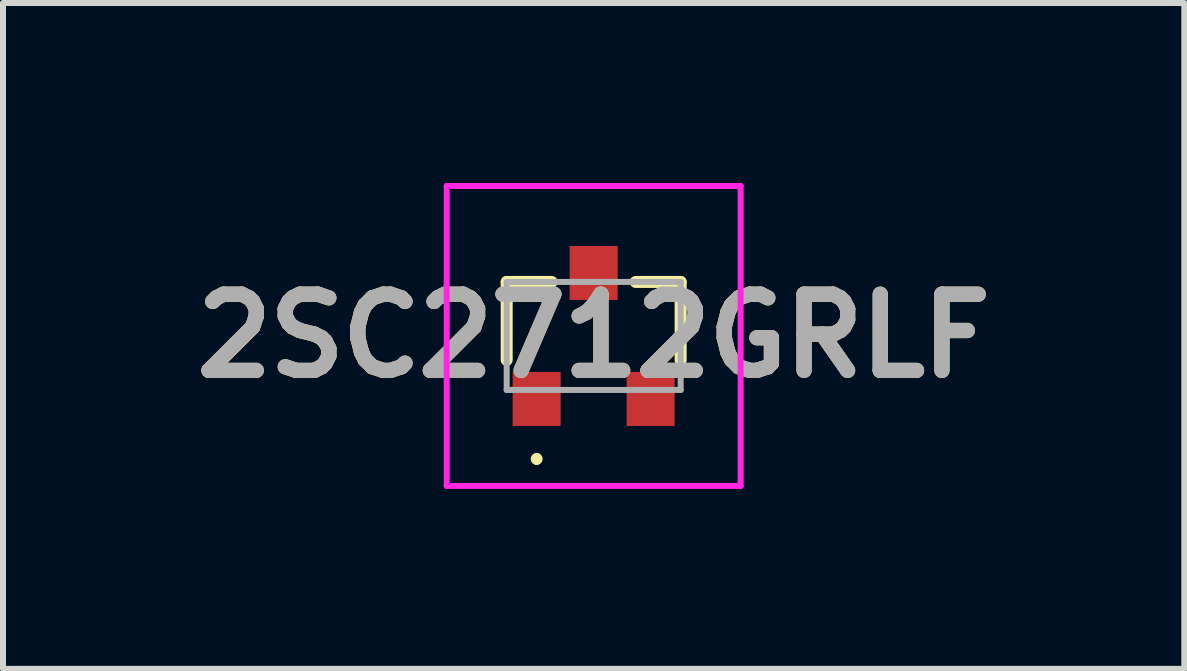
<source format=kicad_pcb>
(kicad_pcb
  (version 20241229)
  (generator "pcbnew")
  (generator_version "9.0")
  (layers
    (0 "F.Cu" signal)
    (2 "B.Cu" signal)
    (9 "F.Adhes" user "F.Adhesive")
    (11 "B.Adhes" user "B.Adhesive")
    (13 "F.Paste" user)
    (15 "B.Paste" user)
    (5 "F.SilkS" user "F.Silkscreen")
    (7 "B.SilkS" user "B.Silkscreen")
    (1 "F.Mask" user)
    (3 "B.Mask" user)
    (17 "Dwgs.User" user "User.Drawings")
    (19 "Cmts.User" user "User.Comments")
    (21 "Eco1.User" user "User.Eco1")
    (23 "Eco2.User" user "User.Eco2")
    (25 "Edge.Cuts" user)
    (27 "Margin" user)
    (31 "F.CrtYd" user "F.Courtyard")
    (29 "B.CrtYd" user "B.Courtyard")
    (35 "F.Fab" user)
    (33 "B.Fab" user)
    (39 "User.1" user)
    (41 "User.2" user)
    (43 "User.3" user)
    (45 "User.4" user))
  (footprint "2SC2712GRLF"
    (layer "F.Cu")
    (at 6.846 2.55)
    (property "Reference" "2SC2712GRLF" (at 0 0 0) (layer "F.SilkS") (effects (font (size 1.27 1.27) (thickness 0.254))))
    (attr smd)
    (fp_line (start -1.45 -0.9) (end -1.45 0.4) (stroke (width 0.2) (type solid)) (layer "F.SilkS"))
    (fp_line (start -0.95 2) (end -0.95 2) (stroke (width 0.1) (type solid)) (layer "F.SilkS"))
    (fp_line (start -0.95 2.1) (end -0.95 2.1) (stroke (width 0.1) (type solid)) (layer "F.SilkS"))
    (fp_line (start -0.7 -0.9) (end -1.45 -0.9) (stroke (width 0.2) (type solid)) (layer "F.SilkS"))
    (fp_line (start 0.7 -0.9) (end 1.45 -0.9) (stroke (width 0.2) (type solid)) (layer "F.SilkS"))
    (fp_line (start 1.45 -0.9) (end 1.45 0.4) (stroke (width 0.2) (type solid)) (layer "F.SilkS"))
    (fp_arc (start -0.95 2) (mid -0.9 2.05) (end -0.95 2.1) (stroke (width 0.1) (type solid)) (layer "F.SilkS"))
    (fp_arc (start -0.95 2.1) (mid -1 2.05) (end -0.95 2) (stroke (width 0.1) (type solid)) (layer "F.SilkS"))
    (fp_line (start -2.45 -2.5) (end 2.45 -2.5) (stroke (width 0.1) (type solid)) (layer "F.CrtYd"))
    (fp_line (start -2.45 2.5) (end -2.45 -2.5) (stroke (width 0.1) (type solid)) (layer "F.CrtYd"))
    (fp_line (start 2.45 -2.5) (end 2.45 2.5) (stroke (width 0.1) (type solid)) (layer "F.CrtYd"))
    (fp_line (start 2.45 2.5) (end -2.45 2.5) (stroke (width 0.1) (type solid)) (layer "F.CrtYd"))
    (fp_line (start -1.45 -0.9) (end 1.45 -0.9) (stroke (width 0.1) (type solid)) (layer "F.Fab"))
    (fp_line (start -1.45 0.9) (end -1.45 -0.9) (stroke (width 0.1) (type solid)) (layer "F.Fab"))
    (fp_line (start 1.45 -0.9) (end 1.45 0.9) (stroke (width 0.1) (type solid)) (layer "F.Fab"))
    (fp_line (start 1.45 0.9) (end -1.45 0.9) (stroke (width 0.1) (type solid)) (layer "F.Fab"))
    (fp_text user "${REFERENCE}" (at 0 0 0) (layer "F.Fab") (effects (font (size 1.27 1.27) (thickness 0.254))))
    (pad "1" smd rect (at -0.95 1.05) (size 0.8 0.9) (layers "F.Cu" "F.Mask" "F.Paste"))
    (pad "2" smd rect (at 0.95 1.05) (size 0.8 0.9) (layers "F.Cu" "F.Mask" "F.Paste"))
    (pad "3" smd rect (at 0 -1.05) (size 0.8 0.9) (layers "F.Cu" "F.Mask" "F.Paste")))
  (gr_rect
    (start -3 -3)
    (end 16.692 8.1)
    (stroke (width 0.1) (type default))
    (fill no)
    (layer "Edge.Cuts")))
</source>
